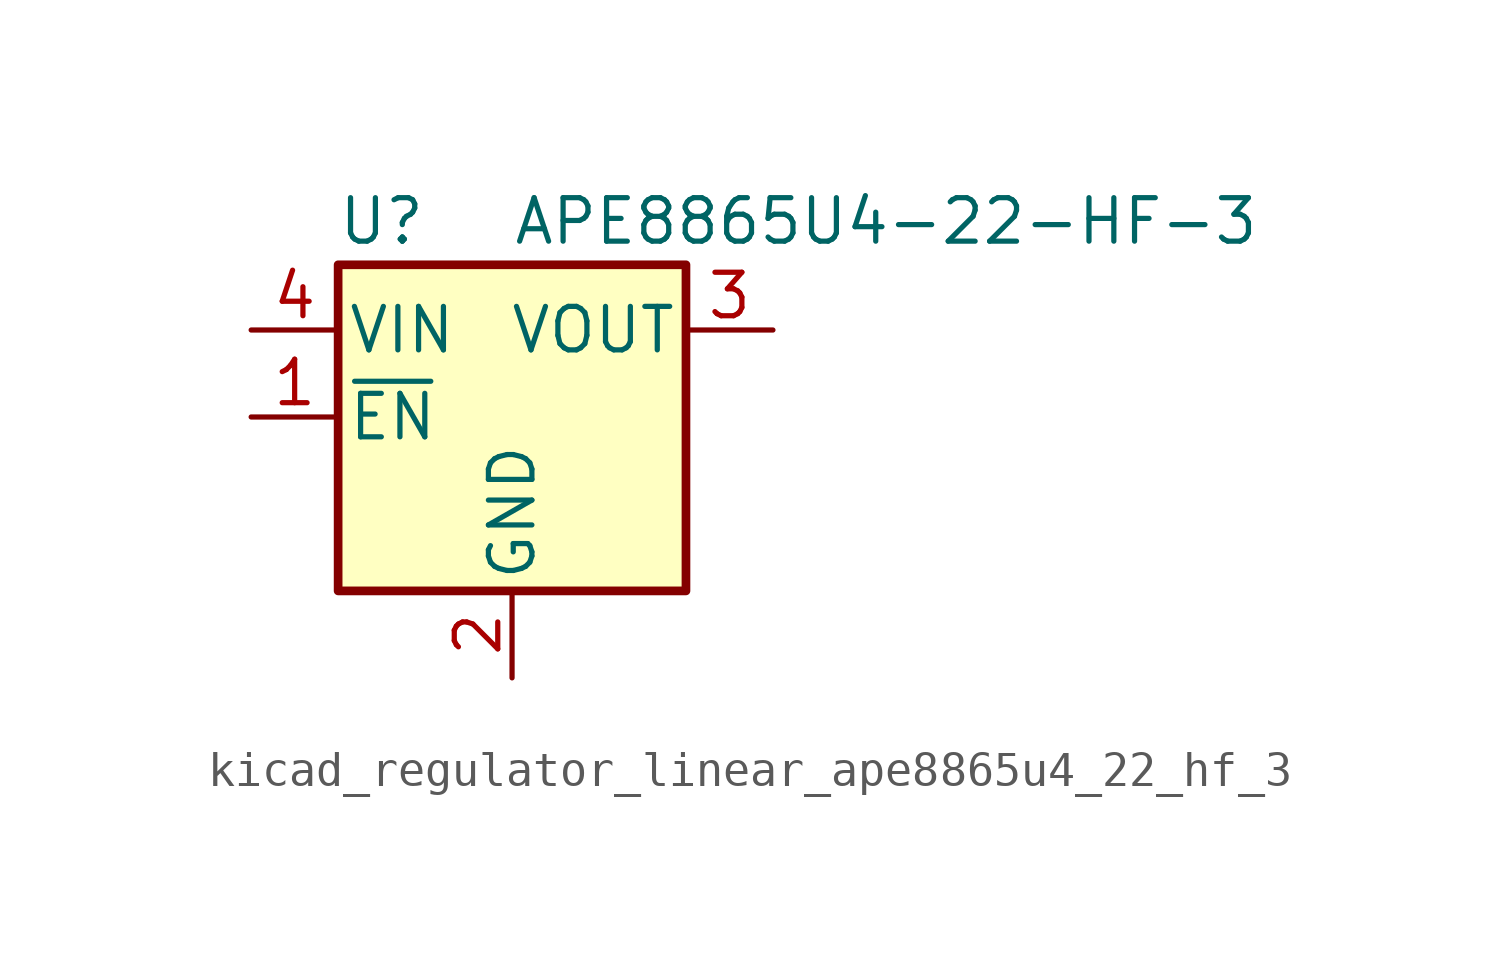
<source format=kicad_sym>
(kicad_symbol_lib
  (version 20220914)
  (generator kicad_symbol_editor)
  (symbol "kicad_regulator_linear_ape8865u4_22_hf_3"
    (pin_names
      (offset 0.254))
    (property "Reference" "U"
      (at -3.81 5.715 0)
      (effects (font (size 1.27 1.27))))
    (property "Value" "APE8865U4-22-HF-3"
      (at 0 5.715 0)
      (effects (font (size 1.27 1.27)) (justify left)))
    (symbol "kicad_regulator_linear_ape8865u4_22_hf_3_0_1"
      (rectangle (start -5.08 4.445) (end 5.08 -5.08) (stroke (width 0.254) (type default)) (fill (type background))))
    (symbol "kicad_regulator_linear_ape8865u4_22_hf_3_1_1"
      (pin input line (at -7.62 0 0) (length 2.54) (name "~{EN}" (effects (font (size 1.27 1.27)))) (number "1" (effects (font (size 1.27 1.27)))))
      (pin power_in line (at 0 -7.62 90) (length 2.54) (name "GND" (effects (font (size 1.27 1.27)))) (number "2" (effects (font (size 1.27 1.27)))))
      (pin power_out line (at 7.62 2.54 180) (length 2.54) (name "VOUT" (effects (font (size 1.27 1.27)))) (number "3" (effects (font (size 1.27 1.27)))))
      (pin power_in line (at -7.62 2.54 0) (length 2.54) (name "VIN" (effects (font (size 1.27 1.27)))) (number "4" (effects (font (size 1.27 1.27))))))))
</source>
